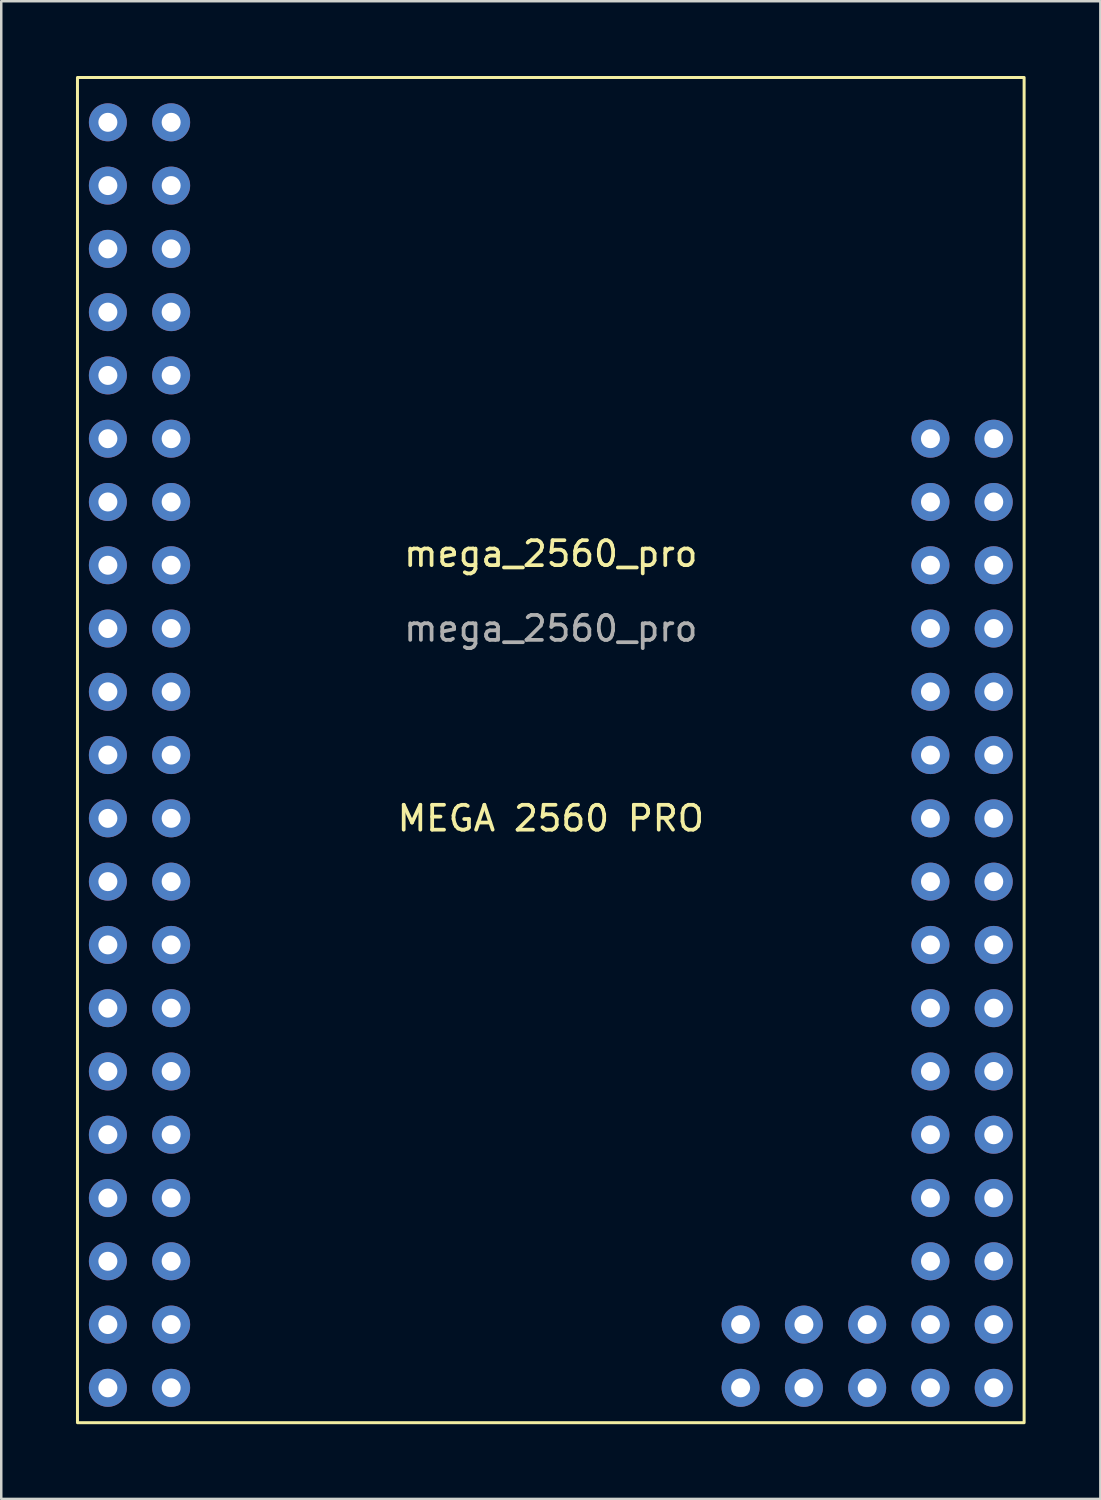
<source format=kicad_pcb>
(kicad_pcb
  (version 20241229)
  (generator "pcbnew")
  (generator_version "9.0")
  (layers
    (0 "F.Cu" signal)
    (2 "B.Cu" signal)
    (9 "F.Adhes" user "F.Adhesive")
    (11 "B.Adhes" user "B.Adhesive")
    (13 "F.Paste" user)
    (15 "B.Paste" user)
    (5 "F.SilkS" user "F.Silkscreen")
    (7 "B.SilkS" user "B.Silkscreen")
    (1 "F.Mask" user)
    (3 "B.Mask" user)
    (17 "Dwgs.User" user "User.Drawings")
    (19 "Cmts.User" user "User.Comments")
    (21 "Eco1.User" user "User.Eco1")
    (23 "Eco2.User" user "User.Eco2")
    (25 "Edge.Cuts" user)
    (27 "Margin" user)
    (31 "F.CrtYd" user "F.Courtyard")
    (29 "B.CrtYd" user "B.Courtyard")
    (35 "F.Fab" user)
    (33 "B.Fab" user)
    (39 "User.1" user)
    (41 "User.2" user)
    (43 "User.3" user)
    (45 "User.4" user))
  (footprint "mega_2560_pro"
    (layer "F.Cu")
    (at 19.06 27.26)
    (property "Reference" "mega_2560_pro" (at 0 -8.08 0) (unlocked yes) (layer "F.SilkS") (effects (font (size 1 1) (thickness 0.15))))
    (attr through_hole)
    (fp_rect (start -19 -27.2) (end 19 26.8) (stroke (width 0.12) (type solid)) (fill no) (layer "F.SilkS"))
    (fp_text user "MEGA 2560 PRO" (at 0 2.54 0) (unlocked yes) (layer "F.SilkS") (effects (font (size 1 1) (thickness 0.15))))
    (fp_text user "${REFERENCE}" (at 0 -5.08 0) (unlocked yes) (layer "F.Fab") (effects (font (size 1 1) (thickness 0.15))))
    (pad "3V3" thru_hole circle (at -17.78 -17.78) (size 1.524 1.524) (drill 0.762) (layers "*.Cu" "*.Mask"))
    (pad "3V3" thru_hole circle (at -15.24 -17.78) (size 1.524 1.524) (drill 0.762) (layers "*.Cu" "*.Mask"))
    (pad "5V" thru_hole circle (at -17.78 -20.32) (size 1.524 1.524) (drill 0.762) (layers "*.Cu" "*.Mask"))
    (pad "5V" thru_hole circle (at -15.24 -20.32) (size 1.524 1.524) (drill 0.762) (layers "*.Cu" "*.Mask"))
    (pad "A0" thru_hole circle (at 17.78 -12.7) (size 1.524 1.524) (drill 0.762) (layers "*.Cu" "*.Mask"))
    (pad "A1" thru_hole circle (at 15.24 -12.7) (size 1.524 1.524) (drill 0.762) (layers "*.Cu" "*.Mask"))
    (pad "A2" thru_hole circle (at 17.78 -10.16) (size 1.524 1.524) (drill 0.762) (layers "*.Cu" "*.Mask"))
    (pad "A3" thru_hole circle (at 15.24 -10.16) (size 1.524 1.524) (drill 0.762) (layers "*.Cu" "*.Mask"))
    (pad "A4" thru_hole circle (at 17.78 -7.62) (size 1.524 1.524) (drill 0.762) (layers "*.Cu" "*.Mask"))
    (pad "A5" thru_hole circle (at 15.24 -7.62) (size 1.524 1.524) (drill 0.762) (layers "*.Cu" "*.Mask"))
    (pad "A6" thru_hole circle (at 17.78 -5.08) (size 1.524 1.524) (drill 0.762) (layers "*.Cu" "*.Mask"))
    (pad "A7" thru_hole circle (at 15.24 -5.08) (size 1.524 1.524) (drill 0.762) (layers "*.Cu" "*.Mask"))
    (pad "A8" thru_hole circle (at 17.78 -2.54) (size 1.524 1.524) (drill 0.762) (layers "*.Cu" "*.Mask"))
    (pad "A9" thru_hole circle (at 15.24 -2.54) (size 1.524 1.524) (drill 0.762) (layers "*.Cu" "*.Mask"))
    (pad "A10" thru_hole circle (at 17.78 0) (size 1.524 1.524) (drill 0.762) (layers "*.Cu" "*.Mask"))
    (pad "A11" thru_hole circle (at 15.24 0) (size 1.524 1.524) (drill 0.762) (layers "*.Cu" "*.Mask"))
    (pad "A12" thru_hole circle (at 17.78 2.54) (size 1.524 1.524) (drill 0.762) (layers "*.Cu" "*.Mask"))
    (pad "A13" thru_hole circle (at 15.24 2.54) (size 1.524 1.524) (drill 0.762) (layers "*.Cu" "*.Mask"))
    (pad "A14" thru_hole circle (at 17.78 5.08) (size 1.524 1.524) (drill 0.762) (layers "*.Cu" "*.Mask"))
    (pad "A15" thru_hole circle (at 15.24 5.08) (size 1.524 1.524) (drill 0.762) (layers "*.Cu" "*.Mask"))
    (pad "AREF" thru_hole circle (at -15.24 -15.24) (size 1.524 1.524) (drill 0.762) (layers "*.Cu" "*.Mask"))
    (pad "D2" thru_hole circle (at -15.24 -10.16) (size 1.524 1.524) (drill 0.762) (layers "*.Cu" "*.Mask"))
    (pad "D3" thru_hole circle (at -17.78 -10.16) (size 1.524 1.524) (drill 0.762) (layers "*.Cu" "*.Mask"))
    (pad "D4" thru_hole circle (at -15.24 -7.62) (size 1.524 1.524) (drill 0.762) (layers "*.Cu" "*.Mask"))
    (pad "D5" thru_hole circle (at -17.78 -7.62) (size 1.524 1.524) (drill 0.762) (layers "*.Cu" "*.Mask"))
    (pad "D6" thru_hole circle (at -15.24 -5.08) (size 1.524 1.524) (drill 0.762) (layers "*.Cu" "*.Mask"))
    (pad "D7" thru_hole circle (at -17.78 -5.08) (size 1.524 1.524) (drill 0.762) (layers "*.Cu" "*.Mask"))
    (pad "D8" thru_hole circle (at -15.24 -2.54) (size 1.524 1.524) (drill 0.762) (layers "*.Cu" "*.Mask"))
    (pad "D9" thru_hole circle (at -17.78 -2.54) (size 1.524 1.524) (drill 0.762) (layers "*.Cu" "*.Mask"))
    (pad "D10" thru_hole circle (at -15.24 0) (size 1.524 1.524) (drill 0.762) (layers "*.Cu" "*.Mask"))
    (pad "D11" thru_hole circle (at -17.78 0) (size 1.524 1.524) (drill 0.762) (layers "*.Cu" "*.Mask"))
    (pad "D12" thru_hole circle (at -15.24 2.54) (size 1.524 1.524) (drill 0.762) (layers "*.Cu" "*.Mask"))
    (pad "D13" thru_hole circle (at -17.78 2.54) (size 1.524 1.524) (drill 0.762) (layers "*.Cu" "*.Mask"))
    (pad "D14" thru_hole circle (at -15.24 5.08) (size 1.524 1.524) (drill 0.762) (layers "*.Cu" "*.Mask"))
    (pad "D15" thru_hole circle (at -17.78 5.08) (size 1.524 1.524) (drill 0.762) (layers "*.Cu" "*.Mask"))
    (pad "D16" thru_hole circle (at -15.24 7.62) (size 1.524 1.524) (drill 0.762) (layers "*.Cu" "*.Mask"))
    (pad "D17" thru_hole circle (at -17.78 7.62) (size 1.524 1.524) (drill 0.762) (layers "*.Cu" "*.Mask"))
    (pad "D18" thru_hole circle (at -15.24 10.16) (size 1.524 1.524) (drill 0.762) (layers "*.Cu" "*.Mask"))
    (pad "D19" thru_hole circle (at -17.78 10.16) (size 1.524 1.524) (drill 0.762) (layers "*.Cu" "*.Mask"))
    (pad "D20" thru_hole circle (at -15.24 12.7) (size 1.524 1.524) (drill 0.762) (layers "*.Cu" "*.Mask"))
    (pad "D21" thru_hole circle (at -17.78 12.7) (size 1.524 1.524) (drill 0.762) (layers "*.Cu" "*.Mask"))
    (pad "D22" thru_hole circle (at -15.24 15.24) (size 1.524 1.524) (drill 0.762) (layers "*.Cu" "*.Mask"))
    (pad "D23" thru_hole circle (at -17.78 15.24) (size 1.524 1.524) (drill 0.762) (layers "*.Cu" "*.Mask"))
    (pad "D24" thru_hole circle (at -15.24 17.78) (size 1.524 1.524) (drill 0.762) (layers "*.Cu" "*.Mask"))
    (pad "D25" thru_hole circle (at -17.78 17.78) (size 1.524 1.524) (drill 0.762) (layers "*.Cu" "*.Mask"))
    (pad "D26" thru_hole circle (at -15.24 20.32) (size 1.524 1.524) (drill 0.762) (layers "*.Cu" "*.Mask"))
    (pad "D27" thru_hole circle (at -17.78 20.32) (size 1.524 1.524) (drill 0.762) (layers "*.Cu" "*.Mask"))
    (pad "D28" thru_hole circle (at -15.24 22.86) (size 1.524 1.524) (drill 0.762) (layers "*.Cu" "*.Mask"))
    (pad "D29" thru_hole circle (at -17.78 22.86) (size 1.524 1.524) (drill 0.762) (layers "*.Cu" "*.Mask"))
    (pad "D30" thru_hole circle (at -15.24 25.4) (size 1.524 1.524) (drill 0.762) (layers "*.Cu" "*.Mask"))
    (pad "D31" thru_hole circle (at -17.78 25.4) (size 1.524 1.524) (drill 0.762) (layers "*.Cu" "*.Mask"))
    (pad "D32" thru_hole circle (at 17.78 7.62) (size 1.524 1.524) (drill 0.762) (layers "*.Cu" "*.Mask"))
    (pad "D33" thru_hole circle (at 15.24 7.62) (size 1.524 1.524) (drill 0.762) (layers "*.Cu" "*.Mask"))
    (pad "D34" thru_hole circle (at 17.78 10.16) (size 1.524 1.524) (drill 0.762) (layers "*.Cu" "*.Mask"))
    (pad "D35" thru_hole circle (at 15.24 10.16) (size 1.524 1.524) (drill 0.762) (layers "*.Cu" "*.Mask"))
    (pad "D36" thru_hole circle (at 17.78 12.7) (size 1.524 1.524) (drill 0.762) (layers "*.Cu" "*.Mask"))
    (pad "D37" thru_hole circle (at 15.24 12.7) (size 1.524 1.524) (drill 0.762) (layers "*.Cu" "*.Mask"))
    (pad "D38" thru_hole circle (at 17.78 15.24) (size 1.524 1.524) (drill 0.762) (layers "*.Cu" "*.Mask"))
    (pad "D39" thru_hole circle (at 15.24 15.24) (size 1.524 1.524) (drill 0.762) (layers "*.Cu" "*.Mask"))
    (pad "D40" thru_hole circle (at 17.78 17.78) (size 1.524 1.524) (drill 0.762) (layers "*.Cu" "*.Mask"))
    (pad "D41" thru_hole circle (at 15.24 17.78) (size 1.524 1.524) (drill 0.762) (layers "*.Cu" "*.Mask"))
    (pad "D42" thru_hole circle (at 17.78 20.32) (size 1.524 1.524) (drill 0.762) (layers "*.Cu" "*.Mask"))
    (pad "D43" thru_hole circle (at 15.24 20.32) (size 1.524 1.524) (drill 0.762) (layers "*.Cu" "*.Mask"))
    (pad "D44" thru_hole circle (at 17.78 22.86) (size 1.524 1.524) (drill 0.762) (layers "*.Cu" "*.Mask"))
    (pad "D45" thru_hole circle (at 15.24 22.86) (size 1.524 1.524) (drill 0.762) (layers "*.Cu" "*.Mask"))
    (pad "D46" thru_hole circle (at 17.78 25.4) (size 1.524 1.524) (drill 0.762) (layers "*.Cu" "*.Mask"))
    (pad "D47" thru_hole circle (at 15.24 25.4) (size 1.524 1.524) (drill 0.762) (layers "*.Cu" "*.Mask"))
    (pad "D48" thru_hole circle (at 12.7 25.4) (size 1.524 1.524) (drill 0.762) (layers "*.Cu" "*.Mask"))
    (pad "D49" thru_hole circle (at 12.7 22.86) (size 1.524 1.524) (drill 0.762) (layers "*.Cu" "*.Mask"))
    (pad "D50" thru_hole circle (at 10.16 25.4) (size 1.524 1.524) (drill 0.762) (layers "*.Cu" "*.Mask"))
    (pad "D51" thru_hole circle (at 10.16 22.86) (size 1.524 1.524) (drill 0.762) (layers "*.Cu" "*.Mask"))
    (pad "D52" thru_hole circle (at 7.62 25.4) (size 1.524 1.524) (drill 0.762) (layers "*.Cu" "*.Mask"))
    (pad "D53" thru_hole circle (at 7.62 22.86) (size 1.524 1.524) (drill 0.762) (layers "*.Cu" "*.Mask"))
    (pad "GND" thru_hole circle (at -17.78 -22.86) (size 1.524 1.524) (drill 0.762) (layers "*.Cu" "*.Mask"))
    (pad "GND" thru_hole circle (at -15.24 -22.86) (size 1.524 1.524) (drill 0.762) (layers "*.Cu" "*.Mask"))
    (pad "RST" thru_hole circle (at -17.78 -15.24) (size 1.524 1.524) (drill 0.762) (layers "*.Cu" "*.Mask"))
    (pad "RX" thru_hole circle (at -15.24 -12.7) (size 1.524 1.524) (drill 0.762) (layers "*.Cu" "*.Mask"))
    (pad "TX" thru_hole circle (at -17.78 -12.7) (size 1.524 1.524) (drill 0.762) (layers "*.Cu" "*.Mask"))
    (pad "VIN" thru_hole circle (at -17.78 -25.4) (size 1.524 1.524) (drill 0.762) (layers "*.Cu" "*.Mask"))
    (pad "VIN" thru_hole circle (at -15.24 -25.4) (size 1.524 1.524) (drill 0.762) (layers "*.Cu" "*.Mask")))
  (gr_rect
    (start -3 -3)
    (end 41.12 57.12)
    (stroke (width 0.1) (type default))
    (fill no)
    (layer "Edge.Cuts")))
</source>
